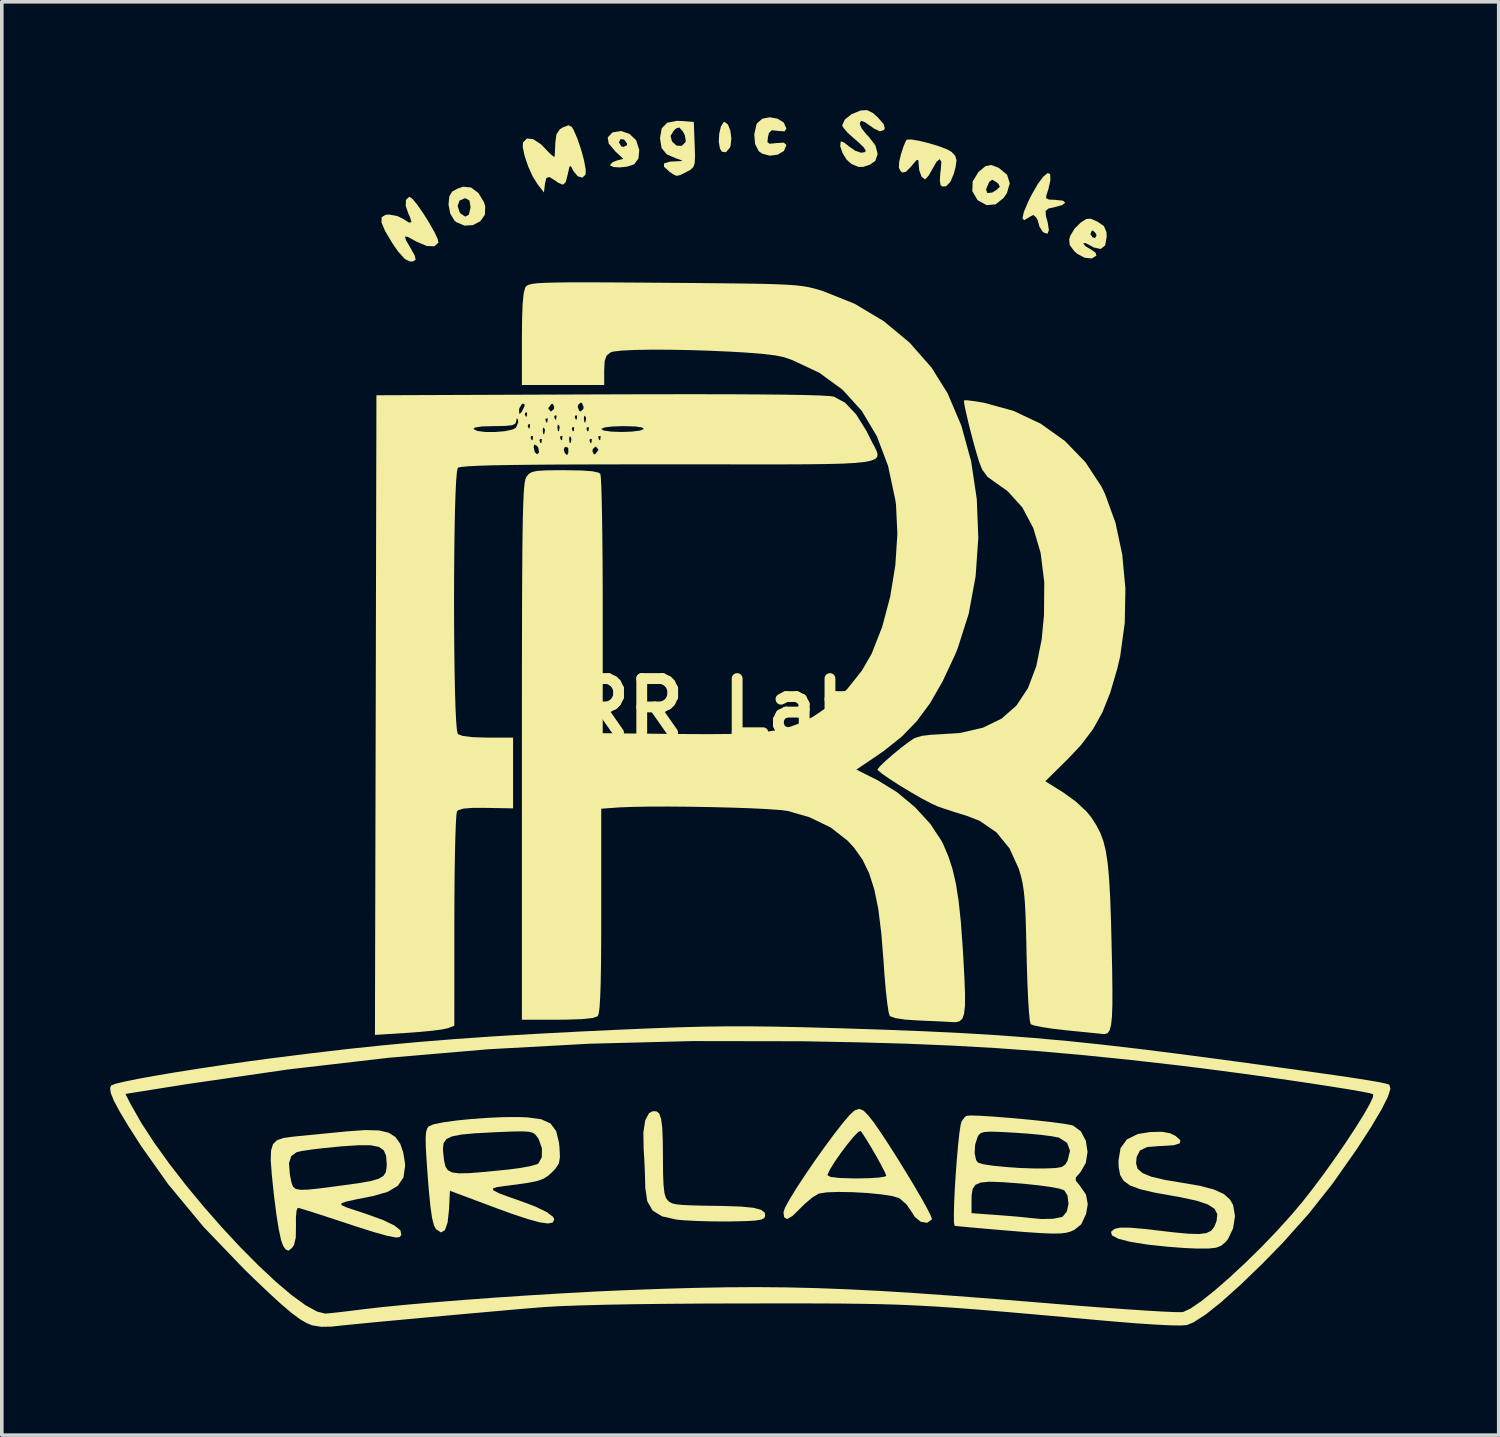
<source format=kicad_pcb>
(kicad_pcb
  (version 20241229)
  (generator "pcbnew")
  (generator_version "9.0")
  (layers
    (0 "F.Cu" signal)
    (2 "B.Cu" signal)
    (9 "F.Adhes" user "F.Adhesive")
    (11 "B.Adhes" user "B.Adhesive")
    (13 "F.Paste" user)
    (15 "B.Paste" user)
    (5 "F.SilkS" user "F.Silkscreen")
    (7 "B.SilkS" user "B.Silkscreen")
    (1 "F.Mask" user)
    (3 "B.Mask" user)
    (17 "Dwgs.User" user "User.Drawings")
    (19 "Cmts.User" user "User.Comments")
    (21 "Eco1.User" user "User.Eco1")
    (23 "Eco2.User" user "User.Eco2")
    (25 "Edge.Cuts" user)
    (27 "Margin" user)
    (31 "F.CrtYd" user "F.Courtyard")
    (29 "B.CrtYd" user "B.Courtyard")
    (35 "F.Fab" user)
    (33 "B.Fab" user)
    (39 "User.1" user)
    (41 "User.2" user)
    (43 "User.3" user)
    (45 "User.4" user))
  (footprint "RR Labs"
    (layer "F.Cu")
    (at 17.514 16.57)
    (property "Reference" "RR Labs" (at 0 0 0) (layer "F.SilkS") (effects (font (size 1.5 1.5) (thickness 0.3))))
    (attr board_only exclude_from_pos_files exclude_from_bom)
    (fp_poly (pts (xy -0.396 -16.17) (xy -0.33 -15.996) (xy -0.303 -15.779) (xy -0.326 -15.577) (xy -0.344 -15.529) (xy -0.454 -15.402) (xy -0.566 -15.418) (xy -0.619 -15.5) (xy -0.652 -15.692) (xy -0.64 -15.916) (xy -0.592 -16.116) (xy -0.519 -16.231) (xy -0.488 -16.241)) (stroke (width 0) (type solid)) (fill yes) (layer "F.SilkS"))
    (fp_poly (pts (xy 0.978 -16.332) (xy 1.149 -16.225) (xy 1.221 -16.06) (xy 1.221 -16.056) (xy 1.172 -15.982) (xy 1.007 -15.991) (xy 0.987 -15.995) (xy 0.817 -16.012) (xy 0.739 -15.937) (xy 0.712 -15.829) (xy 0.696 -15.686) (xy 0.754 -15.638) (xy 0.928 -15.654) (xy 0.946 -15.657) (xy 1.152 -15.667) (xy 1.221 -15.605) (xy 1.221 -15.601) (xy 1.153 -15.438) (xy 0.982 -15.336) (xy 0.763 -15.307) (xy 0.548 -15.364) (xy 0.454 -15.433) (xy 0.354 -15.63) (xy 0.331 -15.898) (xy 0.389 -16.161) (xy 0.41 -16.206) (xy 0.553 -16.332) (xy 0.761 -16.371)) (stroke (width 0) (type solid)) (fill yes) (layer "F.SilkS"))
    (fp_poly (pts (xy 7.092 -14.976) (xy 7.108 -14.967) (xy 7.335 -14.779) (xy 7.41 -14.542) (xy 7.33 -14.27) (xy 7.24 -14.136) (xy 7.018 -13.96) (xy 6.771 -13.936) (xy 6.531 -14.066) (xy 6.513 -14.084) (xy 6.372 -14.325) (xy 6.374 -14.373) (xy 6.752 -14.373) (xy 6.788 -14.272) (xy 6.923 -14.286) (xy 7.034 -14.353) (xy 7.133 -14.445) (xy 7.097 -14.525) (xy 7.043 -14.571) (xy 6.926 -14.642) (xy 6.848 -14.59) (xy 6.834 -14.567) (xy 6.752 -14.373) (xy 6.374 -14.373) (xy 6.381 -14.591) (xy 6.537 -14.848) (xy 6.55 -14.861) (xy 6.735 -15.016) (xy 6.893 -15.05)) (stroke (width 0) (type solid)) (fill yes) (layer "F.SilkS"))
    (fp_poly (pts (xy -7.514 -14.426) (xy -7.312 -14.275) (xy -7.16 -14.026) (xy -7.122 -13.908) (xy -7.131 -13.672) (xy -7.258 -13.491) (xy -7.46 -13.384) (xy -7.695 -13.369) (xy -7.923 -13.466) (xy -7.978 -13.514) (xy -8.092 -13.707) (xy -8.131 -13.913) (xy -7.886 -13.913) (xy -7.83 -13.738) (xy -7.81 -13.711) (xy -7.676 -13.618) (xy -7.575 -13.673) (xy -7.531 -13.861) (xy -7.53 -13.887) (xy -7.558 -14.063) (xy -7.658 -14.123) (xy -7.692 -14.125) (xy -7.835 -14.062) (xy -7.886 -13.913) (xy -8.131 -13.913) (xy -8.139 -13.953) (xy -8.116 -14.182) (xy -8.039 -14.312) (xy -7.882 -14.397) (xy -7.731 -14.448)) (stroke (width 0) (type solid)) (fill yes) (layer "F.SilkS"))
    (fp_poly (pts (xy -3.128 -15.913) (xy -2.949 -15.744) (xy -2.936 -15.721) (xy -2.855 -15.465) (xy -2.877 -15.23) (xy -2.993 -15.072) (xy -3.007 -15.064) (xy -3.181 -15.006) (xy -3.388 -14.982) (xy -3.568 -14.993) (xy -3.661 -15.038) (xy -3.663 -15.051) (xy -3.595 -15.125) (xy -3.48 -15.172) (xy -3.297 -15.22) (xy -3.521 -15.429) (xy -3.701 -15.643) (xy -3.707 -15.678) (xy -3.419 -15.678) (xy -3.354 -15.566) (xy -3.29 -15.549) (xy -3.195 -15.597) (xy -3.194 -15.646) (xy -3.275 -15.754) (xy -3.372 -15.767) (xy -3.419 -15.678) (xy -3.707 -15.678) (xy -3.728 -15.813) (xy -3.603 -15.945) (xy -3.587 -15.954) (xy -3.364 -15.991)) (stroke (width 0) (type solid)) (fill yes) (layer "F.SilkS"))
    (fp_poly (pts (xy 8.528 -14.799) (xy 8.535 -14.642) (xy 8.528 -14.593) (xy 8.477 -14.37) (xy 8.429 -14.226) (xy 8.413 -14.132) (xy 8.497 -14.091) (xy 8.661 -14.084) (xy 8.881 -14.061) (xy 8.946 -14.004) (xy 8.855 -13.936) (xy 8.67 -13.886) (xy 8.482 -13.843) (xy 8.403 -13.777) (xy 8.41 -13.639) (xy 8.461 -13.454) (xy 8.494 -13.243) (xy 8.454 -13.145) (xy 8.351 -13.177) (xy 8.317 -13.208) (xy 8.232 -13.339) (xy 8.221 -13.388) (xy 8.18 -13.527) (xy 8.146 -13.59) (xy 8.065 -13.665) (xy 7.956 -13.61) (xy 7.942 -13.599) (xy 7.808 -13.52) (xy 7.761 -13.571) (xy 7.799 -13.746) (xy 7.921 -14.036) (xy 8.008 -14.211) (xy 8.185 -14.521) (xy 8.34 -14.729) (xy 8.459 -14.825)) (stroke (width 0) (type solid)) (fill yes) (layer "F.SilkS"))
    (fp_poly (pts (xy -9.127 -14.1) (xy -8.99 -13.929) (xy -8.828 -13.694) (xy -8.665 -13.432) (xy -8.526 -13.185) (xy -8.436 -12.992) (xy -8.418 -12.896) (xy -8.533 -12.796) (xy -8.743 -12.806) (xy -9.026 -12.926) (xy -9.073 -12.952) (xy -9.268 -13.058) (xy -9.346 -13.066) (xy -9.316 -12.964) (xy -9.2 -12.763) (xy -9.076 -12.543) (xy -9.049 -12.425) (xy -9.118 -12.379) (xy -9.201 -12.374) (xy -9.346 -12.442) (xy -9.535 -12.651) (xy -9.69 -12.875) (xy -9.896 -13.22) (xy -9.996 -13.458) (xy -9.991 -13.603) (xy -9.882 -13.669) (xy -9.785 -13.677) (xy -9.554 -13.634) (xy -9.398 -13.557) (xy -9.229 -13.451) (xy -9.166 -13.468) (xy -9.207 -13.61) (xy -9.244 -13.684) (xy -9.323 -13.909) (xy -9.318 -14.083) (xy -9.232 -14.164) (xy -9.214 -14.165)) (stroke (width 0) (type solid)) (fill yes) (layer "F.SilkS"))
    (fp_poly (pts (xy 9.835 -13.481) (xy 9.84 -13.479) (xy 10.02 -13.355) (xy 10.088 -13.191) (xy 10.095 -13.062) (xy 10.052 -12.822) (xy 9.928 -12.722) (xy 9.73 -12.766) (xy 9.646 -12.815) (xy 9.505 -12.888) (xy 9.444 -12.88) (xy 9.444 -12.878) (xy 9.509 -12.797) (xy 9.652 -12.713) (xy 9.786 -12.62) (xy 9.81 -12.537) (xy 9.678 -12.459) (xy 9.481 -12.481) (xy 9.275 -12.591) (xy 9.198 -12.66) (xy 9.07 -12.831) (xy 9.056 -12.987) (xy 9.082 -13.08) (xy 9.114 -13.134) (xy 9.642 -13.134) (xy 9.705 -13.044) (xy 9.771 -13.026) (xy 9.812 -13.085) (xy 9.799 -13.147) (xy 9.722 -13.23) (xy 9.678 -13.223) (xy 9.642 -13.134) (xy 9.114 -13.134) (xy 9.204 -13.285) (xy 9.372 -13.452) (xy 9.528 -13.553) (xy 9.654 -13.561)) (stroke (width 0) (type solid)) (fill yes) (layer "F.SilkS"))
    (fp_poly (pts (xy 4.899 -15.719) (xy 5.173 -15.652) (xy 5.449 -15.568) (xy 5.676 -15.481) (xy 5.798 -15.412) (xy 5.899 -15.301) (xy 5.935 -15.18) (xy 5.909 -14.995) (xy 5.859 -14.804) (xy 5.766 -14.585) (xy 5.647 -14.46) (xy 5.534 -14.453) (xy 5.491 -14.498) (xy 5.472 -14.624) (xy 5.486 -14.837) (xy 5.496 -14.901) (xy 5.514 -15.131) (xy 5.473 -15.212) (xy 5.384 -15.143) (xy 5.267 -14.939) (xy 5.163 -14.756) (xy 5.074 -14.659) (xy 5.057 -14.654) (xy 4.964 -14.727) (xy 4.9 -14.912) (xy 4.884 -15.088) (xy 4.875 -15.19) (xy 4.828 -15.183) (xy 4.717 -15.057) (xy 4.687 -15.02) (xy 4.542 -14.867) (xy 4.442 -14.839) (xy 4.39 -14.873) (xy 4.337 -14.973) (xy 4.346 -15.139) (xy 4.395 -15.343) (xy 4.468 -15.57) (xy 4.533 -15.721) (xy 4.556 -15.751) (xy 4.677 -15.757)) (stroke (width 0) (type solid)) (fill yes) (layer "F.SilkS"))
    (fp_poly (pts (xy -1.645 -16.266) (xy -1.343 -16.241) (xy -1.32 -15.614) (xy -1.31 -15.297) (xy -1.319 -15.102) (xy -1.358 -14.989) (xy -1.439 -14.916) (xy -1.539 -14.861) (xy -1.719 -14.77) (xy -1.821 -14.748) (xy -1.919 -14.793) (xy -2.017 -14.862) (xy -2.17 -15.001) (xy -2.167 -15.094) (xy -2.007 -15.142) (xy -1.893 -15.149) (xy -1.702 -15.156) (xy -1.663 -15.172) (xy -1.764 -15.209) (xy -1.817 -15.225) (xy -2.092 -15.344) (xy -2.236 -15.516) (xy -2.279 -15.781) (xy -2.279 -15.801) (xy -2.27 -15.855) (xy -1.989 -15.855) (xy -1.948 -15.702) (xy -1.823 -15.586) (xy -1.677 -15.58) (xy -1.575 -15.682) (xy -1.566 -15.715) (xy -1.592 -15.875) (xy -1.652 -15.987) (xy -1.746 -16.089) (xy -1.832 -16.063) (xy -1.898 -16) (xy -1.989 -15.855) (xy -2.27 -15.855) (xy -2.232 -16.065) (xy -2.082 -16.219) (xy -1.813 -16.272)) (stroke (width 0) (type solid)) (fill yes) (layer "F.SilkS"))
    (fp_poly (pts (xy -4.721 -16.1) (xy -4.671 -16.014) (xy -4.564 -15.768) (xy -4.464 -15.472) (xy -4.384 -15.176) (xy -4.339 -14.93) (xy -4.34 -14.786) (xy -4.432 -14.698) (xy -4.56 -14.737) (xy -4.682 -14.888) (xy -4.699 -14.922) (xy -4.752 -15.021) (xy -4.789 -14.998) (xy -4.827 -14.835) (xy -4.835 -14.795) (xy -4.891 -14.576) (xy -4.969 -14.503) (xy -5.101 -14.558) (xy -5.174 -14.611) (xy -5.34 -14.715) (xy -5.427 -14.693) (xy -5.467 -14.531) (xy -5.469 -14.512) (xy -5.495 -14.289) (xy -5.673 -14.517) (xy -5.809 -14.736) (xy -5.934 -15.015) (xy -6.031 -15.302) (xy -6.082 -15.545) (xy -6.075 -15.675) (xy -5.967 -15.783) (xy -5.793 -15.764) (xy -5.582 -15.626) (xy -5.463 -15.506) (xy -5.315 -15.351) (xy -5.219 -15.277) (xy -5.2 -15.282) (xy -5.192 -15.398) (xy -5.182 -15.607) (xy -5.18 -15.668) (xy -5.148 -15.903) (xy -5.053 -16.04) (xy -4.967 -16.093) (xy -4.811 -16.151)) (stroke (width 0) (type solid)) (fill yes) (layer "F.SilkS"))
    (fp_poly (pts (xy -2.379 11.166) (xy -2.302 11.227) (xy -2.25 11.372) (xy -2.218 11.619) (xy -2.203 11.991) (xy -2.199 12.43) (xy -2.195 12.89) (xy -2.182 13.214) (xy -2.157 13.43) (xy -2.117 13.563) (xy -2.07 13.63) (xy -2.013 13.68) (xy -1.941 13.717) (xy -1.829 13.743) (xy -1.651 13.761) (xy -1.383 13.773) (xy -1.001 13.782) (xy -0.529 13.789) (xy -0.04 13.805) (xy 0.304 13.839) (xy 0.52 13.895) (xy 0.623 13.976) (xy 0.635 14.071) (xy 0.603 14.129) (xy 0.518 14.169) (xy 0.352 14.194) (xy 0.079 14.209) (xy -0.328 14.217) (xy -0.367 14.218) (xy -0.807 14.217) (xy -1.242 14.205) (xy -1.614 14.186) (xy -1.828 14.166) (xy -2.224 14.076) (xy -2.485 13.915) (xy -2.633 13.659) (xy -2.688 13.285) (xy -2.69 13.204) (xy -2.699 12.854) (xy -2.718 12.453) (xy -2.733 12.212) (xy -2.741 11.752) (xy -2.69 11.417) (xy -2.583 11.217) (xy -2.487 11.166)) (stroke (width 0) (type solid)) (fill yes) (layer "F.SilkS"))
    (fp_poly (pts (xy 3.614 -16.493) (xy 3.76 -16.361) (xy 3.915 -16.182) (xy 3.948 -16.065) (xy 3.92 -16.017) (xy 3.815 -15.981) (xy 3.654 -16.055) (xy 3.586 -16.104) (xy 3.392 -16.238) (xy 3.292 -16.273) (xy 3.258 -16.215) (xy 3.256 -16.175) (xy 3.311 -16.055) (xy 3.448 -15.887) (xy 3.501 -15.834) (xy 3.688 -15.59) (xy 3.75 -15.356) (xy 3.686 -15.164) (xy 3.536 -15.059) (xy 3.345 -14.995) (xy 3.213 -14.997) (xy 3.046 -15.068) (xy 3.018 -15.082) (xy 2.887 -15.201) (xy 2.775 -15.384) (xy 2.712 -15.569) (xy 2.725 -15.696) (xy 2.73 -15.702) (xy 2.809 -15.679) (xy 2.946 -15.573) (xy 2.957 -15.563) (xy 3.128 -15.443) (xy 3.293 -15.388) (xy 3.402 -15.408) (xy 3.419 -15.454) (xy 3.361 -15.54) (xy 3.211 -15.685) (xy 3.094 -15.784) (xy 2.907 -15.953) (xy 2.789 -16.097) (xy 2.768 -16.151) (xy 2.84 -16.307) (xy 3.024 -16.455) (xy 3.273 -16.557) (xy 3.281 -16.559) (xy 3.455 -16.57)) (stroke (width 0) (type solid)) (fill yes) (layer "F.SilkS"))
    (fp_poly (pts (xy 11.851 11.774) (xy 12.002 11.849) (xy 12.136 11.969) (xy 12.119 12.054) (xy 11.946 12.107) (xy 11.616 12.128) (xy 11.543 12.129) (xy 11.215 12.157) (xy 11.017 12.251) (xy 10.925 12.43) (xy 10.909 12.611) (xy 10.95 12.758) (xy 11.085 12.877) (xy 11.331 12.978) (xy 11.707 13.067) (xy 12.16 13.142) (xy 12.683 13.232) (xy 13.066 13.333) (xy 13.334 13.455) (xy 13.508 13.608) (xy 13.598 13.764) (xy 13.649 14.07) (xy 13.596 14.411) (xy 13.453 14.71) (xy 13.384 14.792) (xy 13.264 14.891) (xy 13.122 14.946) (xy 12.91 14.969) (xy 12.602 14.969) (xy 12.242 14.953) (xy 11.799 14.919) (xy 11.351 14.873) (xy 11.206 14.856) (xy 10.741 14.781) (xy 10.417 14.696) (xy 10.24 14.604) (xy 10.214 14.506) (xy 10.314 14.423) (xy 10.462 14.39) (xy 10.73 14.39) (xy 11.134 14.424) (xy 11.402 14.455) (xy 11.95 14.52) (xy 12.361 14.558) (xy 12.655 14.566) (xy 12.857 14.54) (xy 12.988 14.476) (xy 13.072 14.371) (xy 13.132 14.223) (xy 13.14 14.197) (xy 13.159 14.016) (xy 13.084 13.869) (xy 12.898 13.748) (xy 12.585 13.643) (xy 12.131 13.545) (xy 11.944 13.513) (xy 11.409 13.416) (xy 11.014 13.323) (xy 10.74 13.22) (xy 10.565 13.094) (xy 10.467 12.93) (xy 10.427 12.716) (xy 10.421 12.535) (xy 10.478 12.188) (xy 10.655 11.944) (xy 10.959 11.795) (xy 11.293 11.741) (xy 11.623 11.733)) (stroke (width 0) (type solid)) (fill yes) (layer "F.SilkS"))
    (fp_poly (pts (xy 3.358 11.147) (xy 3.495 11.286) (xy 3.631 11.459) (xy 3.817 11.725) (xy 4.037 12.059) (xy 4.276 12.434) (xy 4.519 12.827) (xy 4.751 13.211) (xy 4.956 13.561) (xy 5.118 13.853) (xy 5.222 14.061) (xy 5.254 14.16) (xy 5.253 14.162) (xy 5.119 14.256) (xy 4.945 14.227) (xy 4.777 14.09) (xy 4.699 13.966) (xy 4.548 13.744) (xy 4.358 13.58) (xy 4.338 13.569) (xy 4.149 13.513) (xy 3.843 13.467) (xy 3.465 13.43) (xy 3.059 13.407) (xy 2.672 13.4) (xy 2.349 13.411) (xy 2.134 13.442) (xy 2.117 13.448) (xy 1.944 13.551) (xy 1.731 13.73) (xy 1.617 13.844) (xy 1.39 14.067) (xy 1.24 14.152) (xy 1.159 14.102) (xy 1.14 13.961) (xy 1.187 13.83) (xy 1.315 13.596) (xy 1.507 13.285) (xy 1.735 12.938) (xy 2.361 12.938) (xy 2.441 12.983) (xy 2.674 13.012) (xy 3.053 13.025) (xy 3.175 13.026) (xy 3.517 13.019) (xy 3.788 13.001) (xy 3.954 12.974) (xy 3.989 12.953) (xy 3.95 12.854) (xy 3.849 12.658) (xy 3.711 12.408) (xy 3.558 12.145) (xy 3.416 11.912) (xy 3.309 11.75) (xy 3.276 11.71) (xy 3.207 11.744) (xy 3.075 11.88) (xy 2.907 12.086) (xy 2.726 12.326) (xy 2.558 12.568) (xy 2.429 12.776) (xy 2.364 12.916) (xy 2.361 12.938) (xy 1.735 12.938) (xy 1.745 12.923) (xy 2.009 12.537) (xy 2.282 12.153) (xy 2.546 11.796) (xy 2.783 11.492) (xy 2.974 11.268) (xy 3.101 11.15) (xy 3.11 11.144) (xy 3.242 11.099)) (stroke (width 0) (type solid)) (fill yes) (layer "F.SilkS"))
    (fp_poly (pts (xy -5.962 11.334) (xy -5.572 11.386) (xy -5.313 11.504) (xy -5.157 11.713) (xy -5.078 12.037) (xy -5.065 12.162) (xy -5.052 12.433) (xy -5.08 12.606) (xy -5.169 12.747) (xy -5.266 12.849) (xy -5.383 12.956) (xy -5.508 13.034) (xy -5.673 13.094) (xy -5.911 13.144) (xy -6.254 13.194) (xy -6.587 13.235) (xy -6.805 13.268) (xy -6.91 13.305) (xy -6.895 13.358) (xy -6.748 13.433) (xy -6.463 13.541) (xy -6.169 13.642) (xy -5.723 13.81) (xy -5.41 13.962) (xy -5.239 14.094) (xy -5.21 14.162) (xy -5.251 14.247) (xy -5.38 14.275) (xy -5.611 14.243) (xy -5.956 14.149) (xy -6.428 13.99) (xy -6.809 13.851) (xy -8.1 13.368) (xy -8.124 13.882) (xy -8.164 14.245) (xy -8.239 14.46) (xy -8.349 14.522) (xy -8.488 14.43) (xy -8.545 14.32) (xy -8.595 14.115) (xy -8.641 13.796) (xy -8.685 13.345) (xy -8.713 12.997) (xy -8.748 12.503) (xy -8.765 12.2) (xy -8.293 12.2) (xy -8.283 12.342) (xy -8.259 12.544) (xy -8.224 12.694) (xy -8.158 12.798) (xy -8.039 12.86) (xy -7.846 12.885) (xy -7.559 12.879) (xy -7.157 12.847) (xy -6.617 12.793) (xy -6.484 12.78) (xy -6.147 12.736) (xy -5.866 12.684) (xy -5.684 12.631) (xy -5.65 12.612) (xy -5.554 12.437) (xy -5.551 12.193) (xy -5.639 11.942) (xy -5.671 11.892) (xy -5.731 11.814) (xy -5.8 11.762) (xy -5.91 11.733) (xy -6.087 11.722) (xy -6.361 11.726) (xy -6.762 11.742) (xy -6.891 11.748) (xy -7.409 11.776) (xy -7.786 11.811) (xy -8.042 11.861) (xy -8.198 11.937) (xy -8.275 12.047) (xy -8.293 12.2) (xy -8.765 12.2) (xy -8.768 12.146) (xy -8.772 11.9) (xy -8.76 11.741) (xy -8.73 11.642) (xy -8.688 11.584) (xy -8.557 11.528) (xy -8.296 11.474) (xy -7.939 11.424) (xy -7.518 11.381) (xy -7.067 11.348) (xy -6.618 11.328) (xy -6.205 11.325)) (stroke (width 0) (type solid)) (fill yes) (layer "F.SilkS"))
    (fp_poly (pts (xy -10.066 11.696) (xy -9.797 11.759) (xy -9.608 11.88) (xy -9.476 12.066) (xy -9.475 12.066) (xy -9.393 12.308) (xy -9.345 12.604) (xy -9.342 12.683) (xy -9.386 12.997) (xy -9.543 13.23) (xy -9.826 13.399) (xy -10.234 13.515) (xy -10.676 13.602) (xy -10.964 13.665) (xy -11.105 13.714) (xy -11.103 13.765) (xy -10.963 13.829) (xy -10.691 13.92) (xy -10.426 14.007) (xy -9.955 14.177) (xy -9.639 14.329) (xy -9.471 14.464) (xy -9.447 14.588) (xy -9.49 14.651) (xy -9.595 14.663) (xy -9.835 14.616) (xy -10.213 14.511) (xy -10.736 14.345) (xy -10.91 14.287) (xy -11.351 14.141) (xy -11.738 14.015) (xy -12.046 13.917) (xy -12.248 13.856) (xy -12.315 13.84) (xy -12.348 13.914) (xy -12.366 14.106) (xy -12.365 14.332) (xy -12.37 14.662) (xy -12.418 14.868) (xy -12.475 14.952) (xy -12.576 15.029) (xy -12.656 14.986) (xy -12.723 14.887) (xy -12.779 14.728) (xy -12.842 14.433) (xy -12.907 14.029) (xy -12.969 13.54) (xy -12.98 13.444) (xy -13.035 12.916) (xy -13.058 12.605) (xy -12.558 12.605) (xy -12.534 12.914) (xy -12.517 13.005) (xy -12.486 13.15) (xy -12.447 13.252) (xy -12.375 13.315) (xy -12.246 13.341) (xy -12.035 13.336) (xy -11.719 13.303) (xy -11.272 13.245) (xy -11.115 13.224) (xy -10.637 13.159) (xy -10.297 13.099) (xy -10.073 13.035) (xy -9.939 12.954) (xy -9.873 12.846) (xy -9.852 12.7) (xy -9.851 12.618) (xy -9.867 12.4) (xy -9.932 12.248) (xy -10.066 12.153) (xy -10.292 12.108) (xy -10.631 12.106) (xy -11.106 12.138) (xy -11.194 12.146) (xy -11.591 12.185) (xy -11.942 12.227) (xy -12.207 12.266) (xy -12.343 12.297) (xy -12.496 12.408) (xy -12.558 12.605) (xy -13.058 12.605) (xy -13.064 12.527) (xy -13.055 12.255) (xy -13.001 12.076) (xy -12.89 11.967) (xy -12.714 11.906) (xy -12.463 11.871) (xy -12.311 11.855) (xy -11.976 11.822) (xy -11.552 11.781) (xy -11.113 11.738) (xy -10.95 11.722) (xy -10.442 11.686)) (stroke (width 0) (type solid)) (fill yes) (layer "F.SilkS"))
    (fp_poly (pts (xy 6.588 11.29) (xy 6.933 11.311) (xy 7.339 11.343) (xy 7.772 11.381) (xy 8.199 11.424) (xy 8.587 11.468) (xy 8.902 11.51) (xy 9.11 11.547) (xy 9.161 11.561) (xy 9.38 11.723) (xy 9.517 11.982) (xy 9.564 12.29) (xy 9.516 12.598) (xy 9.364 12.86) (xy 9.347 12.878) (xy 9.238 13.001) (xy 9.241 13.092) (xy 9.343 13.216) (xy 9.521 13.473) (xy 9.57 13.738) (xy 9.523 14.011) (xy 9.389 14.297) (xy 9.2 14.45) (xy 9.09 14.499) (xy 8.963 14.533) (xy 8.798 14.551) (xy 8.57 14.553) (xy 8.257 14.54) (xy 7.835 14.511) (xy 7.282 14.466) (xy 7.083 14.449) (xy 6.664 14.413) (xy 6.308 14.381) (xy 6.043 14.356) (xy 5.899 14.341) (xy 5.882 14.338) (xy 5.864 14.25) (xy 5.861 14.032) (xy 5.862 13.988) (xy 6.35 13.988) (xy 7.062 14.04) (xy 7.405 14.067) (xy 7.701 14.092) (xy 7.9 14.113) (xy 7.938 14.118) (xy 8.291 14.151) (xy 8.613 14.143) (xy 8.847 14.096) (xy 8.879 14.081) (xy 8.993 13.94) (xy 9.037 13.721) (xy 9.008 13.498) (xy 8.918 13.354) (xy 8.796 13.311) (xy 8.545 13.263) (xy 8.201 13.216) (xy 7.795 13.174) (xy 7.704 13.166) (xy 7.206 13.129) (xy 6.848 13.117) (xy 6.607 13.139) (xy 6.459 13.203) (xy 6.382 13.316) (xy 6.354 13.486) (xy 6.35 13.639) (xy 6.35 13.988) (xy 5.862 13.988) (xy 5.869 13.715) (xy 5.886 13.332) (xy 5.912 12.915) (xy 5.943 12.496) (xy 5.958 12.328) (xy 6.436 12.328) (xy 6.478 12.521) (xy 6.533 12.591) (xy 6.676 12.633) (xy 6.943 12.674) (xy 7.293 12.709) (xy 7.688 12.736) (xy 8.088 12.75) (xy 8.384 12.75) (xy 8.675 12.739) (xy 8.847 12.709) (xy 8.946 12.643) (xy 9.012 12.533) (xy 9.078 12.258) (xy 8.998 12.041) (xy 8.779 11.9) (xy 8.763 11.894) (xy 8.58 11.858) (xy 8.278 11.819) (xy 7.902 11.784) (xy 7.559 11.76) (xy 7.152 11.738) (xy 6.878 11.73) (xy 6.706 11.74) (xy 6.606 11.77) (xy 6.548 11.825) (xy 6.521 11.871) (xy 6.45 12.089) (xy 6.436 12.328) (xy 5.958 12.328) (xy 5.977 12.106) (xy 6.013 11.778) (xy 6.048 11.543) (xy 6.071 11.452) (xy 6.169 11.32) (xy 6.217 11.291) (xy 6.338 11.282)) (stroke (width 0) (type solid)) (fill yes) (layer "F.SilkS"))
    (fp_poly (pts (xy 6.433 -8.506) (xy 6.686 -8.465) (xy 7.511 -8.239) (xy 8.268 -7.881) (xy 8.938 -7.403) (xy 9.504 -6.818) (xy 9.949 -6.141) (xy 10.047 -5.94) (xy 10.337 -5.143) (xy 10.526 -4.254) (xy 10.613 -3.315) (xy 10.595 -2.364) (xy 10.469 -1.443) (xy 10.389 -1.099) (xy 10.193 -0.432) (xy 9.975 0.115) (xy 9.713 0.584) (xy 9.384 1.019) (xy 9.027 1.398) (xy 8.395 2.023) (xy 8.909 2.345) (xy 9.25 2.594) (xy 9.542 2.868) (xy 9.669 3.025) (xy 9.805 3.237) (xy 9.916 3.45) (xy 10.003 3.683) (xy 10.071 3.957) (xy 10.122 4.295) (xy 10.161 4.716) (xy 10.191 5.241) (xy 10.214 5.891) (xy 10.23 6.525) (xy 10.246 7.237) (xy 10.253 7.803) (xy 10.252 8.238) (xy 10.239 8.559) (xy 10.214 8.783) (xy 10.175 8.924) (xy 10.12 9) (xy 10.047 9.027) (xy 9.983 9.025) (xy 9.869 9.012) (xy 9.63 8.988) (xy 9.302 8.955) (xy 8.979 8.923) (xy 8.606 8.88) (xy 8.292 8.832) (xy 8.073 8.786) (xy 7.989 8.752) (xy 7.965 8.65) (xy 7.941 8.409) (xy 7.918 8.055) (xy 7.898 7.611) (xy 7.882 7.101) (xy 7.876 6.838) (xy 7.862 6.224) (xy 7.847 5.745) (xy 7.828 5.375) (xy 7.801 5.087) (xy 7.766 4.854) (xy 7.719 4.649) (xy 7.659 4.447) (xy 7.402 3.882) (xy 7.039 3.438) (xy 6.576 3.12) (xy 6.228 2.984) (xy 5.903 2.884) (xy 5.587 2.781) (xy 5.421 2.724) (xy 5.232 2.638) (xy 4.971 2.5) (xy 4.673 2.329) (xy 4.369 2.145) (xy 4.093 1.968) (xy 3.879 1.82) (xy 3.759 1.72) (xy 3.745 1.697) (xy 3.804 1.617) (xy 3.956 1.47) (xy 4.165 1.287) (xy 4.395 1.098) (xy 4.607 0.936) (xy 4.767 0.831) (xy 4.778 0.825) (xy 4.972 0.766) (xy 5.235 0.734) (xy 5.307 0.732) (xy 6.044 0.684) (xy 6.666 0.539) (xy 7.181 0.289) (xy 7.594 -0.074) (xy 7.913 -0.556) (xy 8.144 -1.166) (xy 8.294 -1.91) (xy 8.358 -2.58) (xy 8.365 -3.495) (xy 8.265 -4.299) (xy 8.062 -4.99) (xy 7.757 -5.563) (xy 7.351 -6.012) (xy 7.038 -6.234) (xy 6.791 -6.411) (xy 6.641 -6.619) (xy 6.562 -6.823) (xy 6.475 -7.111) (xy 6.382 -7.446) (xy 6.293 -7.79) (xy 6.217 -8.106) (xy 6.162 -8.357) (xy 6.139 -8.506) (xy 6.142 -8.53) (xy 6.23 -8.531)) (stroke (width 0) (type solid)) (fill yes) (layer "F.SilkS"))
    (fp_poly (pts (xy -3.717 -11.797) (xy -2.975 -11.792) (xy -2.155 -11.786) (xy -1.277 -11.779) (xy -0.545 -11.772) (xy 0.056 -11.765) (xy 0.543 -11.757) (xy 0.933 -11.746) (xy 1.241 -11.732) (xy 1.484 -11.715) (xy 1.679 -11.692) (xy 1.841 -11.664) (xy 1.988 -11.629) (xy 2.134 -11.587) (xy 2.24 -11.554) (xy 3.113 -11.204) (xy 3.918 -10.723) (xy 4.634 -10.129) (xy 5.24 -9.439) (xy 5.685 -8.729) (xy 6.069 -7.826) (xy 6.34 -6.837) (xy 6.496 -5.79) (xy 6.538 -4.718) (xy 6.463 -3.65) (xy 6.272 -2.617) (xy 5.964 -1.651) (xy 5.885 -1.462) (xy 5.544 -0.735) (xy 5.201 -0.138) (xy 4.833 0.359) (xy 4.415 0.789) (xy 3.923 1.181) (xy 3.758 1.296) (xy 3.16 1.7) (xy 3.755 1.999) (xy 4.286 2.326) (xy 4.784 2.741) (xy 5.21 3.206) (xy 5.524 3.683) (xy 5.562 3.759) (xy 5.708 4.102) (xy 5.825 4.461) (xy 5.918 4.863) (xy 5.992 5.336) (xy 6.053 5.908) (xy 6.104 6.607) (xy 6.12 6.855) (xy 6.152 7.454) (xy 6.17 7.909) (xy 6.168 8.24) (xy 6.144 8.465) (xy 6.094 8.604) (xy 6.015 8.675) (xy 5.904 8.698) (xy 5.791 8.694) (xy 5.611 8.683) (xy 5.323 8.669) (xy 4.979 8.655) (xy 4.872 8.65) (xy 4.501 8.625) (xy 4.231 8.583) (xy 4.09 8.53) (xy 4.084 8.524) (xy 4.052 8.413) (xy 4.015 8.168) (xy 3.976 7.818) (xy 3.939 7.394) (xy 3.915 7.041) (xy 3.851 6.235) (xy 3.768 5.569) (xy 3.657 5.021) (xy 3.512 4.569) (xy 3.328 4.191) (xy 3.097 3.865) (xy 2.919 3.671) (xy 2.447 3.303) (xy 1.858 3.019) (xy 1.262 2.847) (xy 1.048 2.82) (xy 0.7 2.795) (xy 0.247 2.772) (xy -0.281 2.754) (xy -0.855 2.739) (xy -1.447 2.729) (xy -2.026 2.724) (xy -2.565 2.725) (xy -3.034 2.733) (xy -3.404 2.747) (xy -3.48 2.752) (xy -3.908 2.784) (xy -3.908 5.609) (xy -3.909 6.425) (xy -3.914 7.09) (xy -3.923 7.615) (xy -3.937 8.01) (xy -3.955 8.287) (xy -3.977 8.457) (xy -4.005 8.532) (xy -4.142 8.581) (xy -4.438 8.613) (xy -4.894 8.628) (xy -5.104 8.629) (xy -6.106 8.629) (xy -6.106 1.199) (xy -6.106 -0.082) (xy -6.105 -1.21) (xy -6.103 -2.195) (xy -6.101 -3.046) (xy -6.097 -3.774) (xy -6.093 -4.388) (xy -6.086 -4.899) (xy -6.079 -5.315) (xy -6.069 -5.648) (xy -6.058 -5.906) (xy -6.045 -6.099) (xy -6.029 -6.239) (xy -6.012 -6.333) (xy -5.991 -6.392) (xy -5.979 -6.413) (xy -5.913 -6.492) (xy -5.825 -6.544) (xy -5.684 -6.574) (xy -5.456 -6.589) (xy -5.111 -6.594) (xy -4.926 -6.594) (xy -4.467 -6.587) (xy -4.156 -6.565) (xy -3.981 -6.526) (xy -3.933 -6.492) (xy -3.919 -6.392) (xy -3.906 -6.146) (xy -3.895 -5.771) (xy -3.885 -5.285) (xy -3.877 -4.705) (xy -3.871 -4.048) (xy -3.868 -3.331) (xy -3.867 -2.849) (xy -3.867 0.692) (xy -1.728 0.714) (xy -0.955 0.718) (xy -0.322 0.713) (xy 0.195 0.694) (xy 0.619 0.659) (xy 0.971 0.605) (xy 1.277 0.529) (xy 1.558 0.428) (xy 1.837 0.298) (xy 1.969 0.229) (xy 2.447 -0.095) (xy 2.909 -0.534) (xy 3.312 -1.041) (xy 3.583 -1.509) (xy 3.875 -2.253) (xy 4.097 -3.089) (xy 4.24 -3.966) (xy 4.296 -4.831) (xy 4.258 -5.633) (xy 4.24 -5.766) (xy 4.039 -6.71) (xy 3.729 -7.533) (xy 3.309 -8.237) (xy 2.778 -8.823) (xy 2.134 -9.293) (xy 1.377 -9.648) (xy 1.14 -9.729) (xy 0.921 -9.773) (xy 0.58 -9.814) (xy 0.143 -9.85) (xy -0.363 -9.88) (xy -0.912 -9.904) (xy -1.475 -9.922) (xy -2.027 -9.932) (xy -2.54 -9.933) (xy -2.988 -9.925) (xy -3.343 -9.908) (xy -3.578 -9.88) (xy -3.65 -9.858) (xy -3.76 -9.768) (xy -3.813 -9.618) (xy -3.826 -9.359) (xy -3.826 -8.955) (xy -4.966 -8.955) (xy -6.106 -8.955) (xy -6.106 -10.242) (xy -6.101 -10.799) (xy -6.085 -11.207) (xy -6.058 -11.484) (xy -6.018 -11.642) (xy -6.001 -11.672) (xy -5.968 -11.706) (xy -5.913 -11.733) (xy -5.821 -11.755) (xy -5.68 -11.773) (xy -5.473 -11.785) (xy -5.188 -11.793) (xy -4.809 -11.798) (xy -4.324 -11.799)) (stroke (width 0) (type solid)) (fill yes) (layer "F.SilkS"))
    (fp_poly (pts (xy 0.872 8.82) (xy 1.644 8.836) (xy 2.534 8.861) (xy 2.654 8.864) (xy 3.934 8.906) (xy 5.083 8.951) (xy 6.134 9.002) (xy 7.12 9.062) (xy 8.072 9.134) (xy 9.023 9.22) (xy 10.006 9.323) (xy 11.052 9.445) (xy 12.195 9.589) (xy 13.229 9.726) (xy 14.268 9.867) (xy 15.156 9.989) (xy 15.9 10.093) (xy 16.512 10.18) (xy 17.001 10.253) (xy 17.376 10.313) (xy 17.648 10.36) (xy 17.824 10.398) (xy 17.916 10.426) (xy 17.926 10.431) (xy 17.955 10.542) (xy 17.882 10.772) (xy 17.704 11.123) (xy 17.423 11.597) (xy 17.037 12.194) (xy 17 12.249) (xy 16.352 13.17) (xy 15.69 14.006) (xy 14.966 14.816) (xy 14.409 15.387) (xy 13.789 15.985) (xy 13.265 16.455) (xy 12.837 16.796) (xy 12.503 17.011) (xy 12.322 17.087) (xy 12.166 17.1) (xy 11.865 17.096) (xy 11.438 17.075) (xy 10.901 17.039) (xy 10.274 16.988) (xy 10.035 16.967) (xy 8.979 16.872) (xy 8.064 16.79) (xy 7.269 16.721) (xy 6.572 16.663) (xy 5.953 16.615) (xy 5.391 16.577) (xy 4.864 16.548) (xy 4.351 16.525) (xy 3.831 16.509) (xy 3.284 16.499) (xy 2.687 16.492) (xy 2.019 16.489) (xy 1.261 16.488) (xy 0.389 16.489) (xy 0.122 16.489) (xy -0.991 16.492) (xy -2.022 16.499) (xy -2.96 16.51) (xy -3.79 16.525) (xy -4.498 16.544) (xy -5.072 16.565) (xy -5.498 16.59) (xy -5.536 16.593) (xy -5.931 16.625) (xy -6.428 16.668) (xy -7.002 16.719) (xy -7.628 16.775) (xy -8.28 16.834) (xy -8.932 16.894) (xy -9.56 16.952) (xy -10.139 17.006) (xy -10.642 17.055) (xy -11.045 17.095) (xy -11.322 17.124) (xy -11.397 17.132) (xy -11.667 17.136) (xy -11.912 17.097) (xy -12.073 17.032) (xy -12.256 16.924) (xy -12.478 16.76) (xy -12.754 16.527) (xy -13.102 16.209) (xy -13.537 15.795) (xy -13.788 15.551) (xy -14.924 14.37) (xy -15.908 13.183) (xy -16.653 12.13) (xy -16.993 11.599) (xy -17.242 11.186) (xy -17.408 10.877) (xy -17.485 10.685) (xy -17.089 10.685) (xy -16.938 10.98) (xy -16.65 11.487) (xy -16.291 12.038) (xy -15.874 12.619) (xy -15.412 13.215) (xy -14.919 13.81) (xy -14.41 14.39) (xy -13.898 14.94) (xy -13.397 15.444) (xy -12.921 15.889) (xy -12.484 16.259) (xy -12.1 16.539) (xy -11.781 16.714) (xy -11.557 16.77) (xy -11.429 16.76) (xy -11.178 16.733) (xy -10.841 16.693) (xy -10.499 16.65) (xy -9.968 16.589) (xy -9.303 16.524) (xy -8.532 16.457) (xy -7.682 16.389) (xy -6.782 16.323) (xy -5.861 16.262) (xy -4.945 16.207) (xy -4.064 16.159) (xy -3.245 16.122) (xy -3.216 16.121) (xy -2.223 16.084) (xy -1.306 16.058) (xy -0.442 16.042) (xy 0.391 16.037) (xy 1.212 16.044) (xy 2.045 16.064) (xy 2.91 16.097) (xy 3.828 16.143) (xy 4.822 16.205) (xy 5.912 16.282) (xy 7.12 16.375) (xy 8.468 16.484) (xy 8.548 16.491) (xy 9.289 16.551) (xy 9.985 16.604) (xy 10.618 16.649) (xy 11.17 16.686) (xy 11.624 16.713) (xy 11.961 16.728) (xy 12.163 16.731) (xy 12.21 16.727) (xy 12.42 16.629) (xy 12.716 16.426) (xy 13.08 16.136) (xy 13.492 15.777) (xy 13.933 15.367) (xy 14.383 14.925) (xy 14.823 14.467) (xy 15.232 14.013) (xy 15.515 13.677) (xy 15.816 13.293) (xy 16.129 12.873) (xy 16.439 12.439) (xy 16.733 12.01) (xy 16.997 11.608) (xy 17.217 11.255) (xy 17.379 10.97) (xy 17.47 10.776) (xy 17.479 10.695) (xy 17.382 10.665) (xy 17.145 10.618) (xy 16.787 10.556) (xy 16.33 10.483) (xy 15.795 10.4) (xy 15.201 10.312) (xy 14.569 10.221) (xy 13.921 10.131) (xy 13.277 10.045) (xy 12.657 9.965) (xy 12.089 9.895) (xy 10.718 9.739) (xy 9.439 9.609) (xy 8.219 9.501) (xy 7.019 9.414) (xy 5.805 9.346) (xy 4.54 9.293) (xy 3.187 9.255) (xy 1.71 9.227) (xy 1.587 9.226) (xy -1.376 9.221) (xy -4.234 9.294) (xy -7.026 9.447) (xy -9.791 9.683) (xy -12.568 10.005) (xy -15.396 10.415) (xy -15.485 10.429) (xy -17.089 10.685) (xy -17.485 10.685) (xy -17.496 10.658) (xy -17.514 10.516) (xy -17.482 10.45) (xy -17.369 10.405) (xy -17.112 10.343) (xy -16.733 10.266) (xy -16.248 10.178) (xy -15.677 10.082) (xy -15.04 9.981) (xy -14.354 9.878) (xy -13.639 9.777) (xy -13.026 9.695) (xy -11.951 9.56) (xy -10.938 9.441) (xy -9.957 9.338) (xy -8.979 9.247) (xy -7.975 9.166) (xy -6.918 9.092) (xy -5.777 9.024) (xy -4.524 8.958) (xy -3.46 8.908) (xy -2.577 8.87) (xy -1.811 8.841) (xy -1.122 8.822) (xy -0.472 8.813) (xy 0.18 8.812)) (stroke (width 0) (type solid)) (fill yes) (layer "F.SilkS"))
    (fp_poly (pts (xy -0.388 -8.698) (xy 0.483 -8.693) (xy 1.198 -8.686) (xy 1.761 -8.676) (xy 2.172 -8.663) (xy 2.434 -8.647) (xy 2.538 -8.631) (xy 2.85 -8.462) (xy 3.155 -8.139) (xy 3.444 -7.673) (xy 3.54 -7.479) (xy 3.61 -7.341) (xy 3.675 -7.221) (xy 3.724 -7.119) (xy 3.748 -7.033) (xy 3.736 -6.961) (xy 3.678 -6.903) (xy 3.562 -6.857) (xy 3.38 -6.821) (xy 3.12 -6.795) (xy 2.772 -6.776) (xy 2.326 -6.765) (xy 1.772 -6.758) (xy 1.098 -6.755) (xy 0.295 -6.755) (xy -0.647 -6.756) (xy -1.74 -6.757) (xy -2.019 -6.757) (xy -3.195 -6.756) (xy -4.217 -6.754) (xy -5.093 -6.751) (xy -5.832 -6.745) (xy -6.443 -6.738) (xy -6.933 -6.729) (xy -7.312 -6.717) (xy -7.587 -6.703) (xy -7.768 -6.687) (xy -7.864 -6.669) (xy -7.881 -6.659) (xy -7.905 -6.555) (xy -7.927 -6.308) (xy -7.945 -5.939) (xy -7.96 -5.469) (xy -7.971 -4.916) (xy -7.979 -4.303) (xy -7.984 -3.649) (xy -7.986 -2.975) (xy -7.984 -2.3) (xy -7.979 -1.646) (xy -7.971 -1.032) (xy -7.96 -0.479) (xy -7.945 -0.008) (xy -7.927 0.362) (xy -7.905 0.61) (xy -7.881 0.716) (xy -7.881 0.716) (xy -7.742 0.769) (xy -7.463 0.802) (xy -7.067 0.814) (xy -7.066 0.814) (xy -6.35 0.814) (xy -6.35 1.794) (xy -6.35 2.774) (xy -7.092 2.761) (xy -7.479 2.761) (xy -7.728 2.781) (xy -7.866 2.824) (xy -7.905 2.859) (xy -7.921 2.964) (xy -7.936 3.213) (xy -7.95 3.586) (xy -7.961 4.064) (xy -7.97 4.629) (xy -7.975 5.26) (xy -7.977 5.884) (xy -7.978 8.796) (xy -8.161 8.865) (xy -8.315 8.898) (xy -8.59 8.934) (xy -8.944 8.968) (xy -9.261 8.992) (xy -10.177 9.05) (xy -10.156 0.19) (xy -10.139 -7.235) (xy -5.78 -7.235) (xy -5.75 -7.096) (xy -5.686 -7.034) (xy -5.63 -7.085) (xy -5.643 -7.162) (xy -4.946 -7.162) (xy -4.919 -7.072) (xy -4.856 -7.01) (xy -4.821 -7.071) (xy -4.82 -7.119) (xy -4.152 -7.119) (xy -4.112 -7.034) (xy -4.071 -7.042) (xy -3.992 -7.146) (xy -3.989 -7.169) (xy -4.051 -7.243) (xy -4.071 -7.246) (xy -4.142 -7.179) (xy -4.152 -7.119) (xy -4.82 -7.119) (xy -4.82 -7.199) (xy -4.835 -7.223) (xy -4.914 -7.242) (xy -4.946 -7.162) (xy -5.643 -7.162) (xy -5.652 -7.219) (xy -5.69 -7.269) (xy -5.765 -7.308) (xy -5.78 -7.235) (xy -10.139 -7.235) (xy -10.139 -7.408) (xy -5.617 -7.408) (xy -5.588 -7.341) (xy -5.563 -7.354) (xy -5.553 -7.451) (xy -5.563 -7.463) (xy -5.611 -7.451) (xy -5.617 -7.408) (xy -10.139 -7.408) (xy -10.138 -7.49) (xy -5.862 -7.49) (xy -5.832 -7.423) (xy -5.807 -7.435) (xy -5.802 -7.49) (xy -5.047 -7.49) (xy -5.018 -7.423) (xy -4.993 -7.435) (xy -4.991 -7.456) (xy -4.797 -7.456) (xy -4.782 -7.35) (xy -4.754 -7.349) (xy -4.743 -7.408) (xy -4.233 -7.408) (xy -4.204 -7.341) (xy -4.179 -7.354) (xy -4.169 -7.451) (xy -4.179 -7.463) (xy -4.227 -7.451) (xy -4.233 -7.408) (xy -4.743 -7.408) (xy -4.735 -7.458) (xy -4.743 -7.49) (xy -3.989 -7.49) (xy -3.959 -7.423) (xy -3.935 -7.435) (xy -3.925 -7.532) (xy -3.935 -7.544) (xy -3.983 -7.533) (xy -3.989 -7.49) (xy -4.743 -7.49) (xy -4.748 -7.505) (xy -4.784 -7.536) (xy -4.797 -7.456) (xy -4.991 -7.456) (xy -4.983 -7.532) (xy -4.993 -7.544) (xy -5.042 -7.533) (xy -5.047 -7.49) (xy -5.802 -7.49) (xy -5.798 -7.532) (xy -5.807 -7.544) (xy -5.856 -7.533) (xy -5.862 -7.49) (xy -10.138 -7.49) (xy -10.138 -7.734) (xy -7.449 -7.734) (xy -7.336 -7.68) (xy -7.116 -7.653) (xy -6.845 -7.652) (xy -6.576 -7.675) (xy -6.46 -7.7) (xy -5.529 -7.7) (xy -5.515 -7.594) (xy -5.487 -7.593) (xy -5.467 -7.702) (xy -5.48 -7.749) (xy -5.516 -7.78) (xy -5.529 -7.7) (xy -6.46 -7.7) (xy -6.364 -7.721) (xy -6.271 -7.772) (xy -6.252 -7.815) (xy -5.943 -7.815) (xy -5.913 -7.748) (xy -5.889 -7.761) (xy -5.887 -7.781) (xy -5.122 -7.781) (xy -5.107 -7.676) (xy -5.08 -7.675) (xy -5.069 -7.734) (xy -4.722 -7.734) (xy -4.692 -7.667) (xy -4.668 -7.68) (xy -4.662 -7.734) (xy -4.315 -7.734) (xy -4.285 -7.667) (xy -4.26 -7.68) (xy -4.255 -7.734) (xy -3.908 -7.734) (xy -3.832 -7.692) (xy -3.631 -7.663) (xy -3.343 -7.653) (xy -3.054 -7.664) (xy -2.834 -7.692) (xy -2.728 -7.733) (xy -2.727 -7.734) (xy -2.774 -7.778) (xy -2.97 -7.806) (xy -3.292 -7.815) (xy -3.602 -7.805) (xy -3.818 -7.778) (xy -3.907 -7.738) (xy -3.908 -7.734) (xy -4.255 -7.734) (xy -4.251 -7.776) (xy -4.26 -7.788) (xy -4.309 -7.777) (xy -4.315 -7.734) (xy -4.662 -7.734) (xy -4.658 -7.776) (xy -4.668 -7.788) (xy -4.716 -7.777) (xy -4.722 -7.734) (xy -5.069 -7.734) (xy -5.06 -7.784) (xy -5.073 -7.831) (xy -5.109 -7.861) (xy -5.122 -7.781) (xy -5.887 -7.781) (xy -5.879 -7.858) (xy -5.889 -7.87) (xy -5.937 -7.858) (xy -5.943 -7.815) (xy -6.252 -7.815) (xy -6.207 -7.922) (xy -6.212 -7.978) (xy -5.454 -7.978) (xy -5.425 -7.911) (xy -5.4 -7.924) (xy -5.39 -8.021) (xy -5.4 -8.032) (xy -5.449 -8.021) (xy -5.454 -7.978) (xy -6.212 -7.978) (xy -6.214 -7.996) (xy -6.25 -8.03) (xy -6.262 -7.958) (xy -6.287 -7.884) (xy -6.374 -7.841) (xy -6.557 -7.821) (xy -6.868 -7.815) (xy -6.884 -7.815) (xy -7.213 -7.806) (xy -7.405 -7.777) (xy -7.449 -7.734) (xy -10.138 -7.734) (xy -10.137 -8.06) (xy -5.21 -8.06) (xy -5.18 -7.993) (xy -5.156 -8.005) (xy -5.151 -8.06) (xy -4.64 -8.06) (xy -4.611 -7.993) (xy -4.586 -8.005) (xy -4.584 -8.026) (xy -4.39 -8.026) (xy -4.375 -7.92) (xy -4.347 -7.919) (xy -4.328 -8.028) (xy -4.341 -8.075) (xy -4.377 -8.106) (xy -4.39 -8.026) (xy -4.584 -8.026) (xy -4.576 -8.102) (xy -4.586 -8.114) (xy -4.635 -8.103) (xy -4.64 -8.06) (xy -5.151 -8.06) (xy -5.146 -8.102) (xy -5.156 -8.114) (xy -5.204 -8.103) (xy -5.21 -8.06) (xy -10.137 -8.06) (xy -10.137 -8.141) (xy -6.024 -8.141) (xy -5.995 -8.074) (xy -5.97 -8.087) (xy -5.96 -8.183) (xy -5.97 -8.195) (xy -6.018 -8.184) (xy -6.024 -8.141) (xy -10.137 -8.141) (xy -10.137 -8.238) (xy -6.186 -8.238) (xy -6.173 -8.147) (xy -6.116 -8.206) (xy -6.106 -8.222) (xy -6.068 -8.299) (xy -5.373 -8.299) (xy -5.311 -8.225) (xy -5.292 -8.222) (xy -5.22 -8.289) (xy -5.211 -8.345) (xy -4.559 -8.345) (xy -4.515 -8.236) (xy -4.478 -8.222) (xy -4.405 -8.288) (xy -4.396 -8.345) (xy -4.44 -8.453) (xy -4.478 -8.467) (xy -4.55 -8.401) (xy -4.559 -8.345) (xy -5.211 -8.345) (xy -5.21 -8.349) (xy -5.25 -8.434) (xy -5.292 -8.426) (xy -5.37 -8.322) (xy -5.373 -8.299) (xy -6.068 -8.299) (xy -6.037 -8.362) (xy -6.026 -8.41) (xy -6.075 -8.44) (xy -6.106 -8.426) (xy -6.177 -8.31) (xy -6.186 -8.238) (xy -10.137 -8.238) (xy -10.136 -8.67) (xy -3.948 -8.694) (xy -2.601 -8.698) (xy -1.415 -8.699)) (stroke (width 0) (type solid)) (fill yes) (layer "F.SilkS")))
  (gr_rect
    (start -3 -3)
    (end 38.469 36.707)
    (stroke (width 0.1) (type default))
    (fill no)
    (layer "Edge.Cuts")))
</source>
